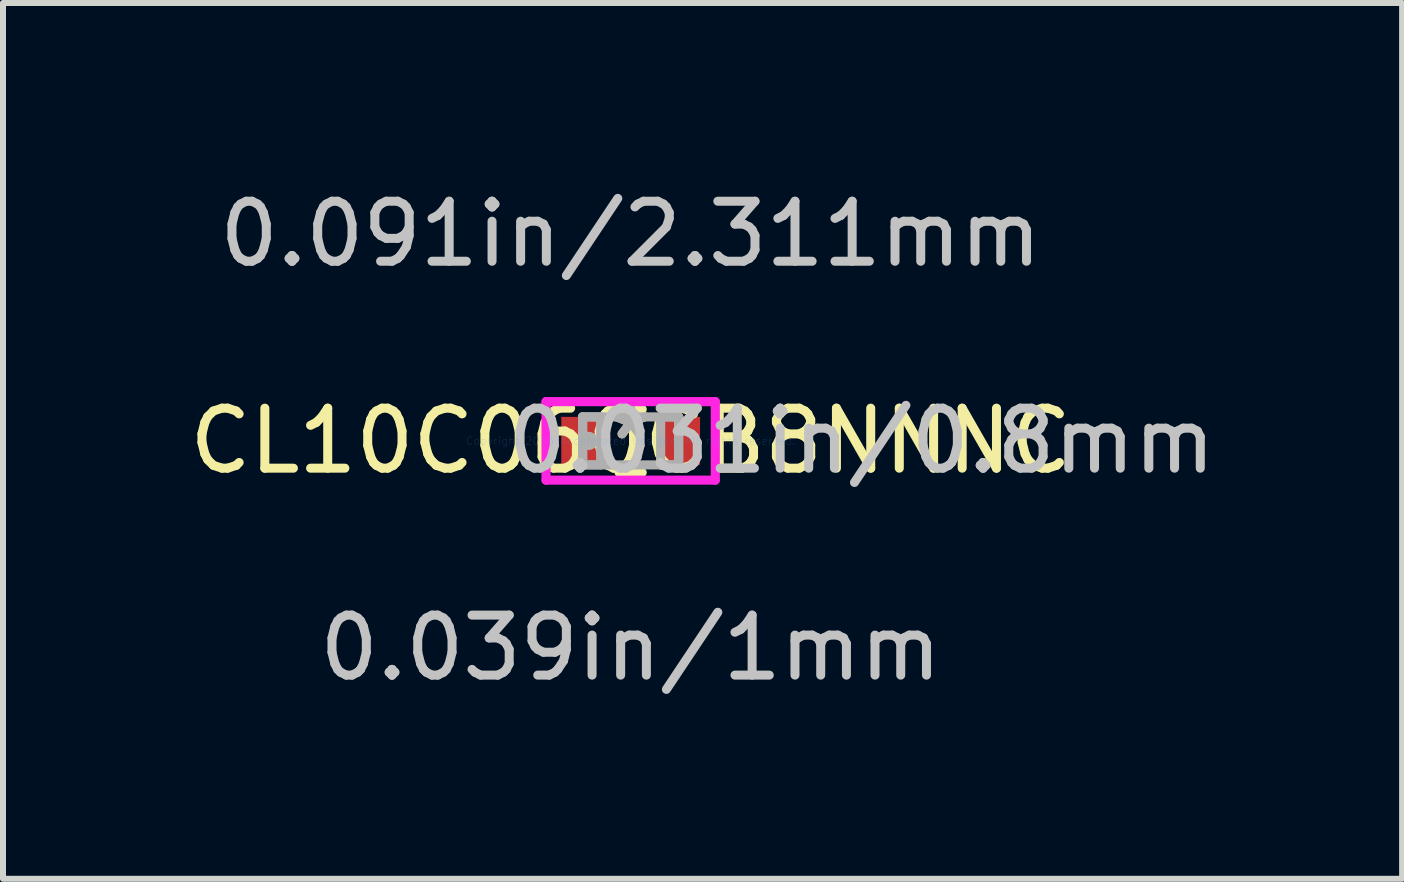
<source format=kicad_pcb>
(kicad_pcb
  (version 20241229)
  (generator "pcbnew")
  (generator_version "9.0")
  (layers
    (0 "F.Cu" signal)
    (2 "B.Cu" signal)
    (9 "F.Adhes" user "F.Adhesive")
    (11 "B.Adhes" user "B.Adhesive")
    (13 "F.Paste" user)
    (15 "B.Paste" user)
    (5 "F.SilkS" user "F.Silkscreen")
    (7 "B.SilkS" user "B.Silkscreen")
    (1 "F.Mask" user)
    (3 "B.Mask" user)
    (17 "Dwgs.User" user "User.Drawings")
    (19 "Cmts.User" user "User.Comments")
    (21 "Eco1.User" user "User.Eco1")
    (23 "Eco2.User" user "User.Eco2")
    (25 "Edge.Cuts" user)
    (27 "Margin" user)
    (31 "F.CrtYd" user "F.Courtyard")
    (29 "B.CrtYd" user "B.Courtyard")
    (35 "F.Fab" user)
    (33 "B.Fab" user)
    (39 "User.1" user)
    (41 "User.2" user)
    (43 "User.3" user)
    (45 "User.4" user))
  (footprint "CL10C060CB8NNNC"
    (layer "F.Cu")
    (at 7.458 4.296)
    (property "Reference" "CL10C060CB8NNNC" (at 0 0 0) (layer "F.SilkS") (effects (font (size 1 1) (thickness 0.15))))
    (attr through_hole)
    (fp_line (start -0.192 0.527) (end 0.192 0.527) (stroke (width 0.152) (type solid)) (layer "F.SilkS"))
    (fp_line (start 0.192 -0.527) (end -0.192 -0.527) (stroke (width 0.152) (type solid)) (layer "F.SilkS"))
    (fp_line (start -1.41 -0.654) (end 1.41 -0.654) (stroke (width 0.152) (type solid)) (layer "F.CrtYd"))
    (fp_line (start -1.41 0.654) (end -1.41 -0.654) (stroke (width 0.152) (type solid)) (layer "F.CrtYd"))
    (fp_line (start 1.41 -0.654) (end 1.41 0.654) (stroke (width 0.152) (type solid)) (layer "F.CrtYd"))
    (fp_line (start 1.41 0.654) (end -1.41 0.654) (stroke (width 0.152) (type solid)) (layer "F.CrtYd"))
    (fp_line (start -0.8 -0.4) (end -0.8 0.4) (stroke (width 0.152) (type solid)) (layer "F.Fab"))
    (fp_line (start -0.8 -0.4) (end -0.8 0.4) (stroke (width 0.152) (type solid)) (layer "F.Fab"))
    (fp_line (start -0.8 0.4) (end -0.5 0.4) (stroke (width 0.152) (type solid)) (layer "F.Fab"))
    (fp_line (start -0.8 0.4) (end 0.8 0.4) (stroke (width 0.152) (type solid)) (layer "F.Fab"))
    (fp_line (start -0.5 -0.4) (end -0.8 -0.4) (stroke (width 0.152) (type solid)) (layer "F.Fab"))
    (fp_line (start -0.5 0.4) (end -0.5 -0.4) (stroke (width 0.152) (type solid)) (layer "F.Fab"))
    (fp_line (start 0.5 -0.4) (end 0.5 0.4) (stroke (width 0.152) (type solid)) (layer "F.Fab"))
    (fp_line (start 0.5 0.4) (end 0.8 0.4) (stroke (width 0.152) (type solid)) (layer "F.Fab"))
    (fp_line (start 0.8 -0.4) (end -0.8 -0.4) (stroke (width 0.152) (type solid)) (layer "F.Fab"))
    (fp_line (start 0.8 -0.4) (end 0.5 -0.4) (stroke (width 0.152) (type solid)) (layer "F.Fab"))
    (fp_line (start 0.8 0.4) (end 0.8 -0.4) (stroke (width 0.152) (type solid)) (layer "F.Fab"))
    (fp_line (start 0.8 0.4) (end 0.8 -0.4) (stroke (width 0.152) (type solid)) (layer "F.Fab"))
    (fp_circle (center -0.701 0) (end -0.701 0) (stroke (width 0.152) (type solid)) (fill no) (layer "F.Fab"))
    (fp_text user "*" (at 0 0 0) (layer "F.SilkS") (effects (font (size 1 1) (thickness 0.15))))
    (fp_text user "0.031in/0.8mm" (at 3.848 0 0) (layer "Dwgs.User") (effects (font (size 1 1) (thickness 0.15))))
    (fp_text user "0.091in/2.311mm" (at 0 -3.448 0) (layer "Dwgs.User") (effects (font (size 1 1) (thickness 0.15))))
    (fp_text user "0.039in/1mm" (at 0 3.448 0) (layer "Dwgs.User") (effects (font (size 1 1) (thickness 0.15))))
    (fp_text user "Copyright 2016 Accelerated Designs. All rights reserved." (at 0 0 0) (layer "Cmts.User") (effects (font (size 0.127 0.127) (thickness 0.002))))
    (fp_text user "*" (at 0 0 0) (layer "F.Fab") (effects (font (size 1 1) (thickness 0.15))))
    (pad "1" smd rect (at -0.828 0) (size 0.656 0.8) (layers "F.Cu" "F.Mask" "F.Paste"))
    (pad "2" smd rect (at 0.828 0) (size 0.656 0.8) (layers "F.Cu" "F.Mask" "F.Paste")))
  (gr_rect
    (start -3 -3)
    (end 20.312 11.592)
    (stroke (width 0.1) (type default))
    (fill no)
    (layer "Edge.Cuts")))
</source>
